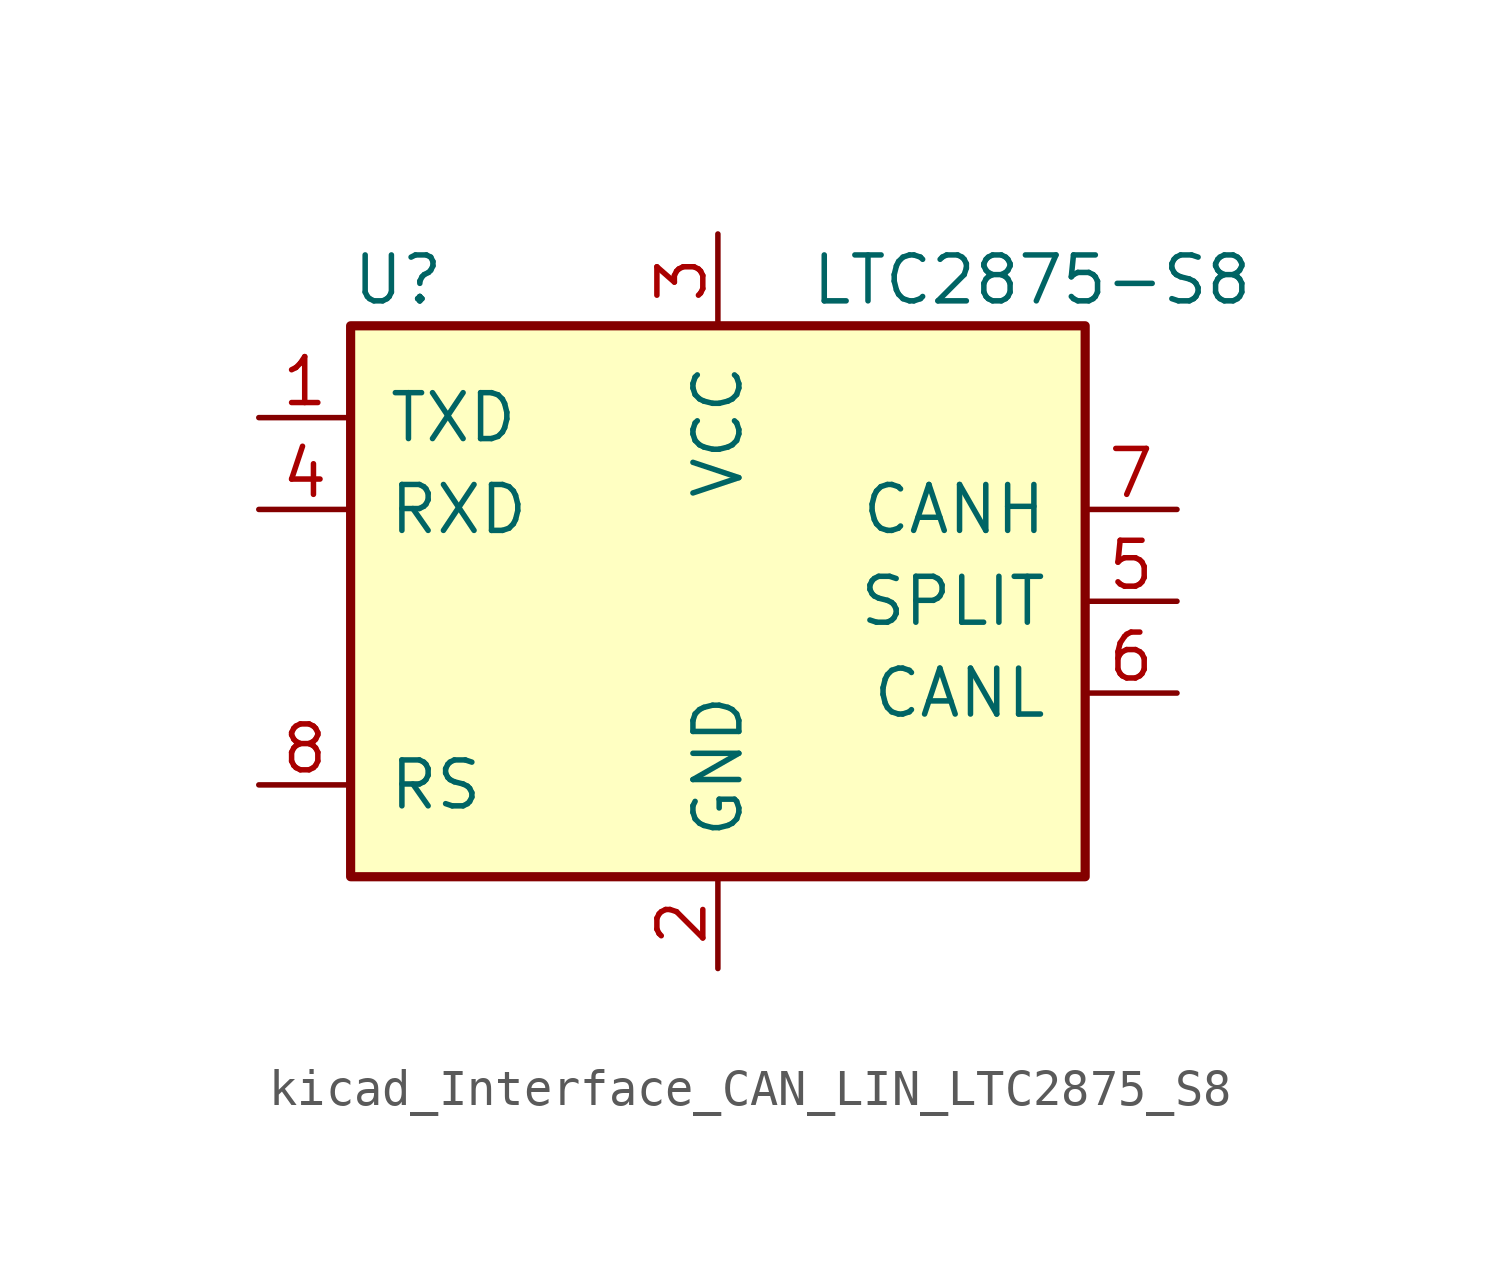
<source format=kicad_sym>
(kicad_symbol_lib
  (version 20220914)
  (generator kicad_symbol_editor)
  (symbol "kicad_Interface_CAN_LIN_LTC2875_S8"
    (pin_names
      (offset 1.016))
    (property "Reference" "U"
      (at -10.16 8.89 0)
      (effects (font (size 1.27 1.27)) (justify left)))
    (property "Value" "LTC2875-S8"
      (at 2.54 8.89 0)
      (effects (font (size 1.27 1.27)) (justify left)))
    (symbol "kicad_Interface_CAN_LIN_LTC2875_S8_0_1"
      (rectangle (start -10.16 7.62) (end 10.16 -7.62) (stroke (width 0.254) (type default)) (fill (type background))))
    (symbol "kicad_Interface_CAN_LIN_LTC2875_S8_1_1"
      (pin input line (at -12.7 5.08 0) (length 2.54) (name "TXD" (effects (font (size 1.27 1.27)))) (number "1" (effects (font (size 1.27 1.27)))))
      (pin power_in line (at 0 -10.16 90) (length 2.54) (name "GND" (effects (font (size 1.27 1.27)))) (number "2" (effects (font (size 1.27 1.27)))))
      (pin power_in line (at 0 10.16 270) (length 2.54) (name "VCC" (effects (font (size 1.27 1.27)))) (number "3" (effects (font (size 1.27 1.27)))))
      (pin output line (at -12.7 2.54 0) (length 2.54) (name "RXD" (effects (font (size 1.27 1.27)))) (number "4" (effects (font (size 1.27 1.27)))))
      (pin input line (at 12.7 0 180) (length 2.54) (name "SPLIT" (effects (font (size 1.27 1.27)))) (number "5" (effects (font (size 1.27 1.27)))))
      (pin bidirectional line (at 12.7 -2.54 180) (length 2.54) (name "CANL" (effects (font (size 1.27 1.27)))) (number "6" (effects (font (size 1.27 1.27)))))
      (pin bidirectional line (at 12.7 2.54 180) (length 2.54) (name "CANH" (effects (font (size 1.27 1.27)))) (number "7" (effects (font (size 1.27 1.27)))))
      (pin input line (at -12.7 -5.08 0) (length 2.54) (name "RS" (effects (font (size 1.27 1.27)))) (number "8" (effects (font (size 1.27 1.27))))))))
</source>
